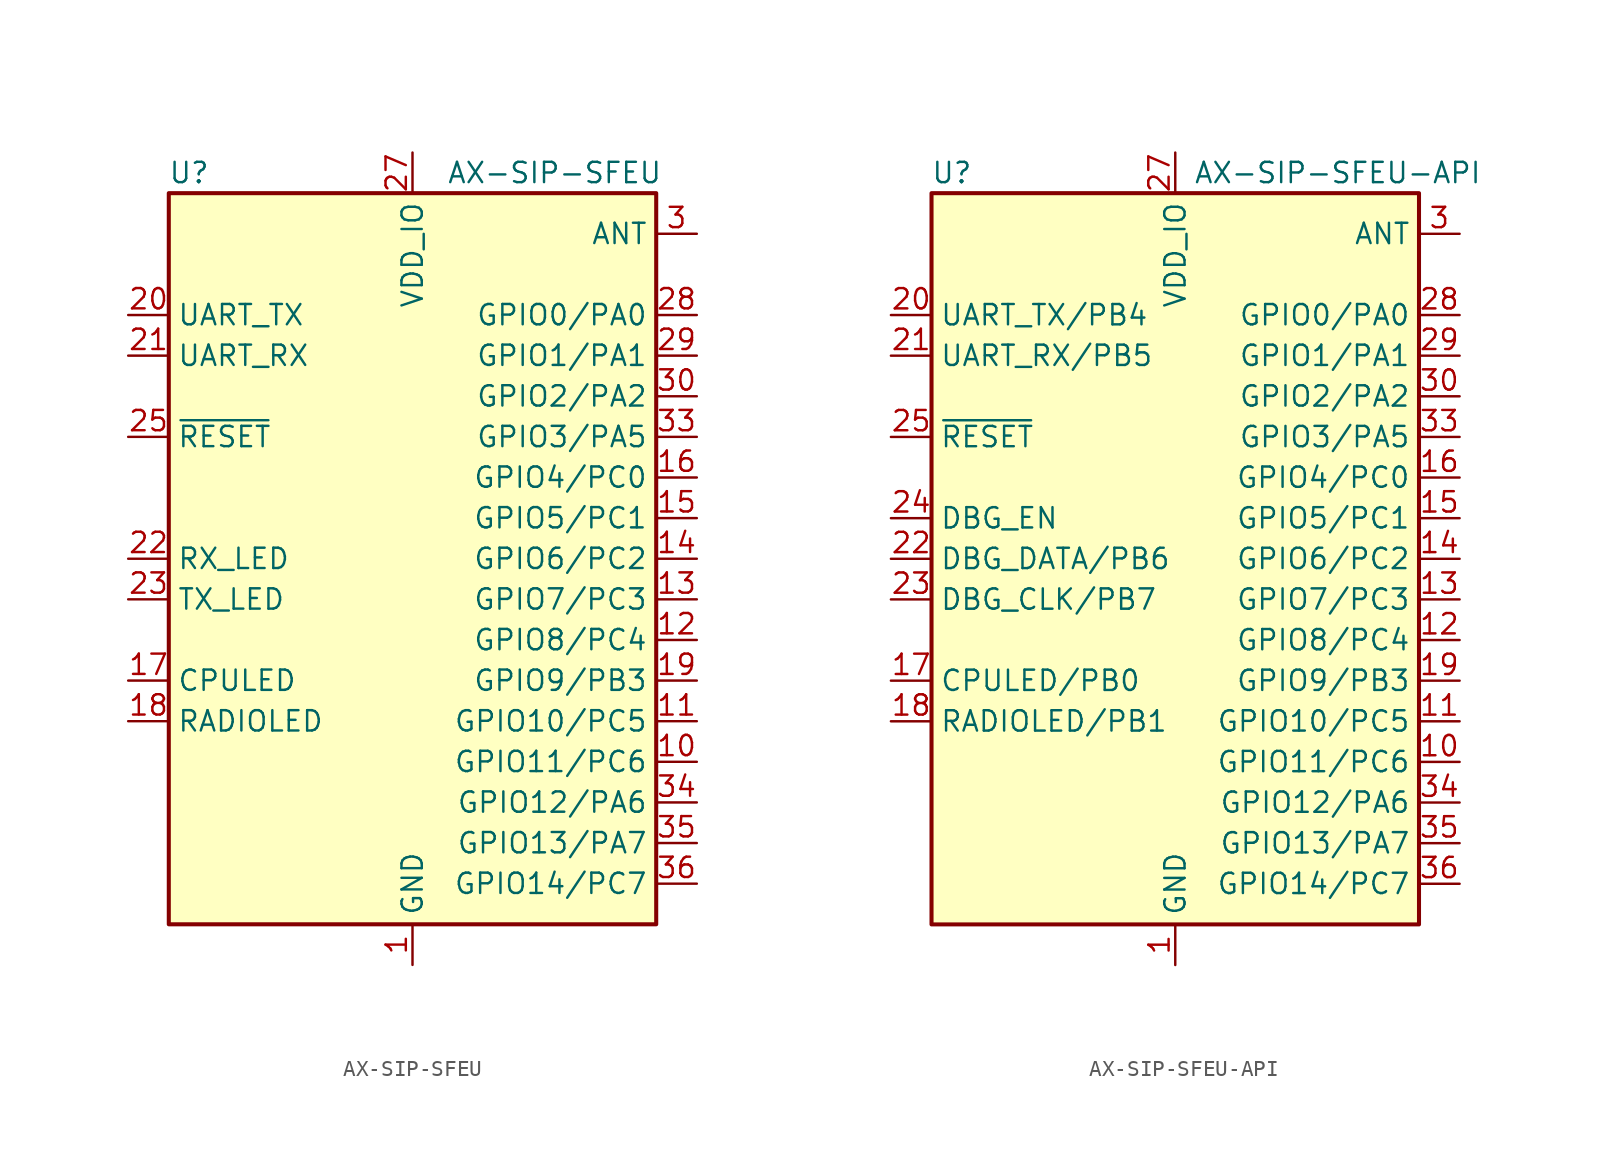
<source format=kicad_sym>
(kicad_symbol_lib
  (version 20201005)
  (generator kicad_symbol_editor)
  (symbol "AX-SIP-SFEU"
    (property "Reference" "U"
      (at -13.97 24.13 0)
      (effects (font (size 1.27 1.27))))
    (property "Value" "AX-SIP-SFEU"
      (at 8.89 24.13 0)
      (effects (font (size 1.27 1.27))))
    (symbol "AX-SIP-SFEU_0_1"
      (rectangle (start -15.24 22.86) (end 15.24 -22.86) (stroke (width 0.254)) (fill (type background))))
    (symbol "AX-SIP-SFEU_1_1"
      (pin power_in line (at 0 -25.4 90) (length 2.54) (name "GND" (effects (font (size 1.27 1.27)))) (number "1" (effects (font (size 1.27 1.27)))))
      (pin bidirectional line (at 17.78 -12.7 180) (length 2.54) (name "GPIO11/PC6" (effects (font (size 1.27 1.27)))) (number "10" (effects (font (size 1.27 1.27)))))
      (pin bidirectional line (at 17.78 -10.16 180) (length 2.54) (name "GPIO10/PC5" (effects (font (size 1.27 1.27)))) (number "11" (effects (font (size 1.27 1.27)))))
      (pin bidirectional line (at 17.78 -5.08 180) (length 2.54) (name "GPIO8/PC4" (effects (font (size 1.27 1.27)))) (number "12" (effects (font (size 1.27 1.27)))))
      (pin bidirectional line (at 17.78 -2.54 180) (length 2.54) (name "GPIO7/PC3" (effects (font (size 1.27 1.27)))) (number "13" (effects (font (size 1.27 1.27)))))
      (pin bidirectional line (at 17.78 0 180) (length 2.54) (name "GPIO6/PC2" (effects (font (size 1.27 1.27)))) (number "14" (effects (font (size 1.27 1.27)))))
      (pin bidirectional line (at 17.78 2.54 180) (length 2.54) (name "GPIO5/PC1" (effects (font (size 1.27 1.27)))) (number "15" (effects (font (size 1.27 1.27)))))
      (pin bidirectional line (at 17.78 5.08 180) (length 2.54) (name "GPIO4/PC0" (effects (font (size 1.27 1.27)))) (number "16" (effects (font (size 1.27 1.27)))))
      (pin output line (at -17.78 -7.62 0) (length 2.54) (name "CPULED" (effects (font (size 1.27 1.27)))) (number "17" (effects (font (size 1.27 1.27)))))
      (pin output line (at -17.78 -10.16 0) (length 2.54) (name "RADIOLED" (effects (font (size 1.27 1.27)))) (number "18" (effects (font (size 1.27 1.27)))))
      (pin bidirectional line (at 17.78 -7.62 180) (length 2.54) (name "GPIO9/PB3" (effects (font (size 1.27 1.27)))) (number "19" (effects (font (size 1.27 1.27)))))
      (pin passive line (at 0 -25.4 90) (length 2.54) hide (name "GND" (effects (font (size 1.27 1.27)))) (number "2" (effects (font (size 1.27 1.27)))))
      (pin output line (at -17.78 15.24 0) (length 2.54) (name "UART_TX" (effects (font (size 1.27 1.27)))) (number "20" (effects (font (size 1.27 1.27)))))
      (pin input line (at -17.78 12.7 0) (length 2.54) (name "UART_RX" (effects (font (size 1.27 1.27)))) (number "21" (effects (font (size 1.27 1.27)))))
      (pin output line (at -17.78 0 0) (length 2.54) (name "RX_LED" (effects (font (size 1.27 1.27)))) (number "22" (effects (font (size 1.27 1.27)))))
      (pin output line (at -17.78 -2.54 0) (length 2.54) (name "TX_LED" (effects (font (size 1.27 1.27)))) (number "23" (effects (font (size 1.27 1.27)))))
      (pin no_connect line (at -15.24 2.54 0) (length 2.54) hide (name "NC24" (effects (font (size 1.27 1.27)))) (number "24" (effects (font (size 1.27 1.27)))))
      (pin input line (at -17.78 7.62 0) (length 2.54) (name "~RESET" (effects (font (size 1.27 1.27)))) (number "25" (effects (font (size 1.27 1.27)))))
      (pin passive line (at 0 -25.4 90) (length 2.54) hide (name "GND" (effects (font (size 1.27 1.27)))) (number "26" (effects (font (size 1.27 1.27)))))
      (pin power_in line (at 0 25.4 270) (length 2.54) (name "VDD_IO" (effects (font (size 1.27 1.27)))) (number "27" (effects (font (size 1.27 1.27)))))
      (pin bidirectional line (at 17.78 15.24 180) (length 2.54) (name "GPIO0/PA0" (effects (font (size 1.27 1.27)))) (number "28" (effects (font (size 1.27 1.27)))))
      (pin bidirectional line (at 17.78 12.7 180) (length 2.54) (name "GPIO1/PA1" (effects (font (size 1.27 1.27)))) (number "29" (effects (font (size 1.27 1.27)))))
      (pin passive line (at 17.78 20.32 180) (length 2.54) (name "ANT" (effects (font (size 1.27 1.27)))) (number "3" (effects (font (size 1.27 1.27)))))
      (pin bidirectional line (at 17.78 10.16 180) (length 2.54) (name "GPIO2/PA2" (effects (font (size 1.27 1.27)))) (number "30" (effects (font (size 1.27 1.27)))))
      (pin no_connect line (at 2.54 22.86 270) (length 2.54) hide (name "NC" (effects (font (size 1.27 1.27)))) (number "31" (effects (font (size 1.27 1.27)))))
      (pin no_connect line (at 5.08 22.86 270) (length 2.54) hide (name "NC" (effects (font (size 1.27 1.27)))) (number "32" (effects (font (size 1.27 1.27)))))
      (pin bidirectional line (at 17.78 7.62 180) (length 2.54) (name "GPIO3/PA5" (effects (font (size 1.27 1.27)))) (number "33" (effects (font (size 1.27 1.27)))))
      (pin bidirectional line (at 17.78 -15.24 180) (length 2.54) (name "GPIO12/PA6" (effects (font (size 1.27 1.27)))) (number "34" (effects (font (size 1.27 1.27)))))
      (pin bidirectional line (at 17.78 -17.78 180) (length 2.54) (name "GPIO13/PA7" (effects (font (size 1.27 1.27)))) (number "35" (effects (font (size 1.27 1.27)))))
      (pin bidirectional line (at 17.78 -20.32 180) (length 2.54) (name "GPIO14/PC7" (effects (font (size 1.27 1.27)))) (number "36" (effects (font (size 1.27 1.27)))))
      (pin no_connect line (at 7.62 22.86 270) (length 2.54) hide (name "NC" (effects (font (size 1.27 1.27)))) (number "37" (effects (font (size 1.27 1.27)))))
      (pin no_connect line (at 10.16 22.86 270) (length 2.54) hide (name "NC" (effects (font (size 1.27 1.27)))) (number "38" (effects (font (size 1.27 1.27)))))
      (pin passive line (at 0 -25.4 90) (length 2.54) hide (name "GND" (effects (font (size 1.27 1.27)))) (number "39" (effects (font (size 1.27 1.27)))))
      (pin passive line (at 0 -25.4 90) (length 2.54) hide (name "GND" (effects (font (size 1.27 1.27)))) (number "4" (effects (font (size 1.27 1.27)))))
      (pin passive line (at 0 -25.4 90) (length 2.54) hide (name "GND" (effects (font (size 1.27 1.27)))) (number "40" (effects (font (size 1.27 1.27)))))
      (pin passive line (at 0 -25.4 90) (length 2.54) hide (name "GND" (effects (font (size 1.27 1.27)))) (number "41" (effects (font (size 1.27 1.27)))))
      (pin passive line (at 0 -25.4 90) (length 2.54) hide (name "GND" (effects (font (size 1.27 1.27)))) (number "42" (effects (font (size 1.27 1.27)))))
      (pin passive line (at 0 -25.4 90) (length 2.54) hide (name "GND" (effects (font (size 1.27 1.27)))) (number "43" (effects (font (size 1.27 1.27)))))
      (pin passive line (at 0 -25.4 90) (length 2.54) hide (name "GND" (effects (font (size 1.27 1.27)))) (number "44" (effects (font (size 1.27 1.27)))))
      (pin no_connect line (at -10.16 22.86 270) (length 2.54) hide (name "NC" (effects (font (size 1.27 1.27)))) (number "5" (effects (font (size 1.27 1.27)))))
      (pin passive line (at 0 -25.4 90) (length 2.54) hide (name "GND" (effects (font (size 1.27 1.27)))) (number "6" (effects (font (size 1.27 1.27)))))
      (pin no_connect line (at -7.62 22.86 270) (length 2.54) hide (name "NC" (effects (font (size 1.27 1.27)))) (number "7" (effects (font (size 1.27 1.27)))))
      (pin no_connect line (at -5.08 22.86 270) (length 2.54) hide (name "NC" (effects (font (size 1.27 1.27)))) (number "8" (effects (font (size 1.27 1.27)))))
      (pin no_connect line (at -2.54 22.86 270) (length 2.54) hide (name "NC" (effects (font (size 1.27 1.27)))) (number "9" (effects (font (size 1.27 1.27)))))))
  (symbol "AX-SIP-SFEU-API"
    (property "Reference" "U"
      (at -13.97 24.13 0)
      (effects (font (size 1.27 1.27))))
    (property "Value" "AX-SIP-SFEU-API"
      (at 10.16 24.13 0)
      (effects (font (size 1.27 1.27))))
    (symbol "AX-SIP-SFEU-API_0_1"
      (rectangle (start -15.24 22.86) (end 15.24 -22.86) (stroke (width 0.254)) (fill (type background))))
    (symbol "AX-SIP-SFEU-API_1_1"
      (pin power_in line (at 0 -25.4 90) (length 2.54) (name "GND" (effects (font (size 1.27 1.27)))) (number "1" (effects (font (size 1.27 1.27)))))
      (pin bidirectional line (at 17.78 -12.7 180) (length 2.54) (name "GPIO11/PC6" (effects (font (size 1.27 1.27)))) (number "10" (effects (font (size 1.27 1.27)))))
      (pin bidirectional line (at 17.78 -10.16 180) (length 2.54) (name "GPIO10/PC5" (effects (font (size 1.27 1.27)))) (number "11" (effects (font (size 1.27 1.27)))))
      (pin bidirectional line (at 17.78 -5.08 180) (length 2.54) (name "GPIO8/PC4" (effects (font (size 1.27 1.27)))) (number "12" (effects (font (size 1.27 1.27)))))
      (pin bidirectional line (at 17.78 -2.54 180) (length 2.54) (name "GPIO7/PC3" (effects (font (size 1.27 1.27)))) (number "13" (effects (font (size 1.27 1.27)))))
      (pin bidirectional line (at 17.78 0 180) (length 2.54) (name "GPIO6/PC2" (effects (font (size 1.27 1.27)))) (number "14" (effects (font (size 1.27 1.27)))))
      (pin bidirectional line (at 17.78 2.54 180) (length 2.54) (name "GPIO5/PC1" (effects (font (size 1.27 1.27)))) (number "15" (effects (font (size 1.27 1.27)))))
      (pin bidirectional line (at 17.78 5.08 180) (length 2.54) (name "GPIO4/PC0" (effects (font (size 1.27 1.27)))) (number "16" (effects (font (size 1.27 1.27)))))
      (pin output line (at -17.78 -7.62 0) (length 2.54) (name "CPULED/PB0" (effects (font (size 1.27 1.27)))) (number "17" (effects (font (size 1.27 1.27)))))
      (pin output line (at -17.78 -10.16 0) (length 2.54) (name "RADIOLED/PB1" (effects (font (size 1.27 1.27)))) (number "18" (effects (font (size 1.27 1.27)))))
      (pin bidirectional line (at 17.78 -7.62 180) (length 2.54) (name "GPIO9/PB3" (effects (font (size 1.27 1.27)))) (number "19" (effects (font (size 1.27 1.27)))))
      (pin passive line (at 0 -25.4 90) (length 2.54) hide (name "GND" (effects (font (size 1.27 1.27)))) (number "2" (effects (font (size 1.27 1.27)))))
      (pin output line (at -17.78 15.24 0) (length 2.54) (name "UART_TX/PB4" (effects (font (size 1.27 1.27)))) (number "20" (effects (font (size 1.27 1.27)))))
      (pin input line (at -17.78 12.7 0) (length 2.54) (name "UART_RX/PB5" (effects (font (size 1.27 1.27)))) (number "21" (effects (font (size 1.27 1.27)))))
      (pin bidirectional line (at -17.78 0 0) (length 2.54) (name "DBG_DATA/PB6" (effects (font (size 1.27 1.27)))) (number "22" (effects (font (size 1.27 1.27)))))
      (pin input line (at -17.78 -2.54 0) (length 2.54) (name "DBG_CLK/PB7" (effects (font (size 1.27 1.27)))) (number "23" (effects (font (size 1.27 1.27)))))
      (pin input line (at -17.78 2.54 0) (length 2.54) (name "DBG_EN" (effects (font (size 1.27 1.27)))) (number "24" (effects (font (size 1.27 1.27)))))
      (pin input line (at -17.78 7.62 0) (length 2.54) (name "~RESET" (effects (font (size 1.27 1.27)))) (number "25" (effects (font (size 1.27 1.27)))))
      (pin passive line (at 0 -25.4 90) (length 2.54) hide (name "GND" (effects (font (size 1.27 1.27)))) (number "26" (effects (font (size 1.27 1.27)))))
      (pin power_in line (at 0 25.4 270) (length 2.54) (name "VDD_IO" (effects (font (size 1.27 1.27)))) (number "27" (effects (font (size 1.27 1.27)))))
      (pin bidirectional line (at 17.78 15.24 180) (length 2.54) (name "GPIO0/PA0" (effects (font (size 1.27 1.27)))) (number "28" (effects (font (size 1.27 1.27)))))
      (pin bidirectional line (at 17.78 12.7 180) (length 2.54) (name "GPIO1/PA1" (effects (font (size 1.27 1.27)))) (number "29" (effects (font (size 1.27 1.27)))))
      (pin passive line (at 17.78 20.32 180) (length 2.54) (name "ANT" (effects (font (size 1.27 1.27)))) (number "3" (effects (font (size 1.27 1.27)))))
      (pin bidirectional line (at 17.78 10.16 180) (length 2.54) (name "GPIO2/PA2" (effects (font (size 1.27 1.27)))) (number "30" (effects (font (size 1.27 1.27)))))
      (pin no_connect line (at 2.54 22.86 270) (length 2.54) hide (name "NC" (effects (font (size 1.27 1.27)))) (number "31" (effects (font (size 1.27 1.27)))))
      (pin no_connect line (at 5.08 22.86 270) (length 2.54) hide (name "NC" (effects (font (size 1.27 1.27)))) (number "32" (effects (font (size 1.27 1.27)))))
      (pin bidirectional line (at 17.78 7.62 180) (length 2.54) (name "GPIO3/PA5" (effects (font (size 1.27 1.27)))) (number "33" (effects (font (size 1.27 1.27)))))
      (pin bidirectional line (at 17.78 -15.24 180) (length 2.54) (name "GPIO12/PA6" (effects (font (size 1.27 1.27)))) (number "34" (effects (font (size 1.27 1.27)))))
      (pin bidirectional line (at 17.78 -17.78 180) (length 2.54) (name "GPIO13/PA7" (effects (font (size 1.27 1.27)))) (number "35" (effects (font (size 1.27 1.27)))))
      (pin bidirectional line (at 17.78 -20.32 180) (length 2.54) (name "GPIO14/PC7" (effects (font (size 1.27 1.27)))) (number "36" (effects (font (size 1.27 1.27)))))
      (pin no_connect line (at 7.62 22.86 270) (length 2.54) hide (name "NC" (effects (font (size 1.27 1.27)))) (number "37" (effects (font (size 1.27 1.27)))))
      (pin no_connect line (at 10.16 22.86 270) (length 2.54) hide (name "NC" (effects (font (size 1.27 1.27)))) (number "38" (effects (font (size 1.27 1.27)))))
      (pin passive line (at 0 -25.4 90) (length 2.54) hide (name "GND" (effects (font (size 1.27 1.27)))) (number "39" (effects (font (size 1.27 1.27)))))
      (pin passive line (at 0 -25.4 90) (length 2.54) hide (name "GND" (effects (font (size 1.27 1.27)))) (number "4" (effects (font (size 1.27 1.27)))))
      (pin passive line (at 0 -25.4 90) (length 2.54) hide (name "GND" (effects (font (size 1.27 1.27)))) (number "40" (effects (font (size 1.27 1.27)))))
      (pin passive line (at 0 -25.4 90) (length 2.54) hide (name "GND" (effects (font (size 1.27 1.27)))) (number "41" (effects (font (size 1.27 1.27)))))
      (pin passive line (at 0 -25.4 90) (length 2.54) hide (name "GND" (effects (font (size 1.27 1.27)))) (number "42" (effects (font (size 1.27 1.27)))))
      (pin passive line (at 0 -25.4 90) (length 2.54) hide (name "GND" (effects (font (size 1.27 1.27)))) (number "43" (effects (font (size 1.27 1.27)))))
      (pin passive line (at 0 -25.4 90) (length 2.54) hide (name "GND" (effects (font (size 1.27 1.27)))) (number "44" (effects (font (size 1.27 1.27)))))
      (pin no_connect line (at -10.16 22.86 270) (length 2.54) hide (name "NC" (effects (font (size 1.27 1.27)))) (number "5" (effects (font (size 1.27 1.27)))))
      (pin passive line (at 0 -25.4 90) (length 2.54) hide (name "GND" (effects (font (size 1.27 1.27)))) (number "6" (effects (font (size 1.27 1.27)))))
      (pin no_connect line (at -7.62 22.86 270) (length 2.54) hide (name "NC" (effects (font (size 1.27 1.27)))) (number "7" (effects (font (size 1.27 1.27)))))
      (pin no_connect line (at -5.08 22.86 270) (length 2.54) hide (name "NC" (effects (font (size 1.27 1.27)))) (number "8" (effects (font (size 1.27 1.27)))))
      (pin no_connect line (at -2.54 22.86 270) (length 2.54) hide (name "NC" (effects (font (size 1.27 1.27)))) (number "9" (effects (font (size 1.27 1.27))))))))
</source>
